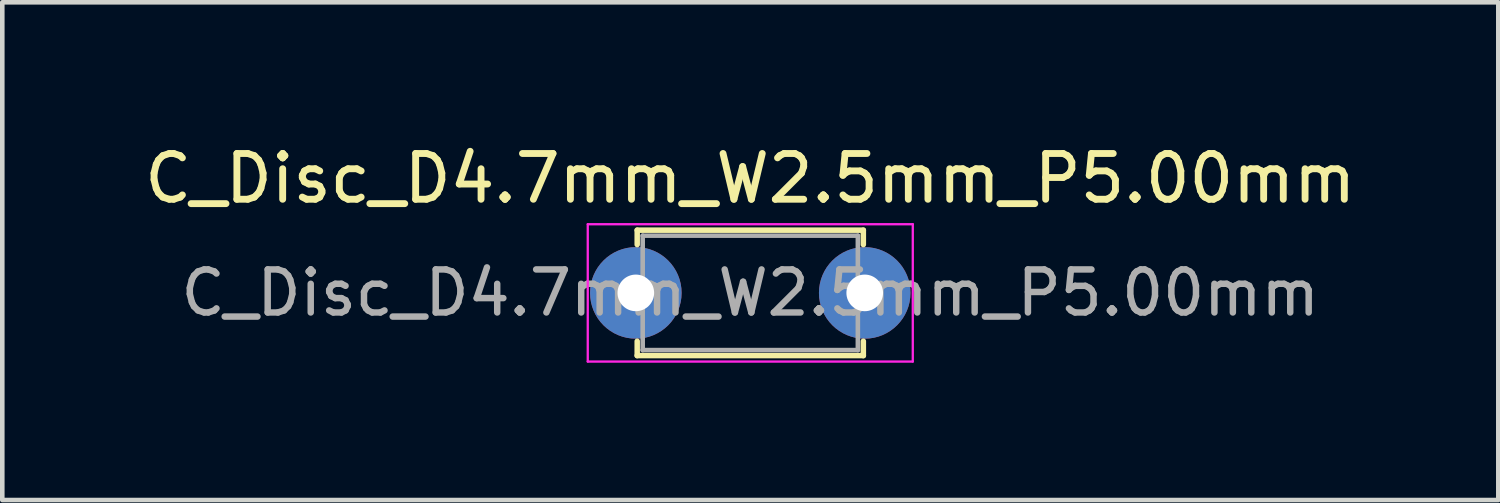
<source format=kicad_pcb>
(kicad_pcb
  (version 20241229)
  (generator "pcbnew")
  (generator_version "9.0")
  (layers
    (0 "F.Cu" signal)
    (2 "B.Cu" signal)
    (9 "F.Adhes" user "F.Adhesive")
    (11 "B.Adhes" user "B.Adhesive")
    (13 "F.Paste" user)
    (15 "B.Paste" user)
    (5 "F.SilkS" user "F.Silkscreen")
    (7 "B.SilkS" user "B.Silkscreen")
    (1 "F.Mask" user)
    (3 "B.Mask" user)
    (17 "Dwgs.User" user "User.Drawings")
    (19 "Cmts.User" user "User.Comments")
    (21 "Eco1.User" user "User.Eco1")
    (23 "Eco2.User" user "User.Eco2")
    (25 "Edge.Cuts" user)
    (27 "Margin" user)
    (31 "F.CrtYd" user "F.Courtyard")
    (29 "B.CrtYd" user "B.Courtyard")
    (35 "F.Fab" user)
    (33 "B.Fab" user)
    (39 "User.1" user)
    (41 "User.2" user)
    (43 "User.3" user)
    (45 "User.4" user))
  (footprint "C_Disc_D4.7mm_W2.5mm_P5.00mm"
    (layer "F.Cu")
    (at 10.839 3.348)
    (property "Reference" "C_Disc_D4.7mm_W2.5mm_P5.00mm" (at 2.5 -2.5 0) (layer "F.SilkS") (effects (font (size 1 1) (thickness 0.15))))
    (attr through_hole)
    (fp_line (start 0.03 -1.37) (end 0.03 -1.055) (stroke (width 0.12) (type solid)) (layer "F.SilkS"))
    (fp_line (start 0.03 -1.37) (end 4.97 -1.37) (stroke (width 0.12) (type solid)) (layer "F.SilkS"))
    (fp_line (start 0.03 1.055) (end 0.03 1.37) (stroke (width 0.12) (type solid)) (layer "F.SilkS"))
    (fp_line (start 0.03 1.37) (end 4.97 1.37) (stroke (width 0.12) (type solid)) (layer "F.SilkS"))
    (fp_line (start 4.97 -1.37) (end 4.97 -1.055) (stroke (width 0.12) (type solid)) (layer "F.SilkS"))
    (fp_line (start 4.97 1.055) (end 4.97 1.37) (stroke (width 0.12) (type solid)) (layer "F.SilkS"))
    (fp_line (start -1.05 -1.5) (end -1.05 1.5) (stroke (width 0.05) (type solid)) (layer "F.CrtYd"))
    (fp_line (start -1.05 1.5) (end 6.05 1.5) (stroke (width 0.05) (type solid)) (layer "F.CrtYd"))
    (fp_line (start 6.05 -1.5) (end -1.05 -1.5) (stroke (width 0.05) (type solid)) (layer "F.CrtYd"))
    (fp_line (start 6.05 1.5) (end 6.05 -1.5) (stroke (width 0.05) (type solid)) (layer "F.CrtYd"))
    (fp_line (start 0.15 -1.25) (end 0.15 1.25) (stroke (width 0.1) (type solid)) (layer "F.Fab"))
    (fp_line (start 0.15 1.25) (end 4.85 1.25) (stroke (width 0.1) (type solid)) (layer "F.Fab"))
    (fp_line (start 4.85 -1.25) (end 0.15 -1.25) (stroke (width 0.1) (type solid)) (layer "F.Fab"))
    (fp_line (start 4.85 1.25) (end 4.85 -1.25) (stroke (width 0.1) (type solid)) (layer "F.Fab"))
    (fp_text user "${REFERENCE}" (at 2.5 0 0) (layer "F.Fab") (effects (font (size 0.94 0.94) (thickness 0.141))))
    (pad "1" thru_hole circle (at 0 0) (size 2 2) (drill 0.8) (layers "*.Cu" "*.Mask"))
    (pad "2" thru_hole circle (at 5 0) (size 2 2) (drill 0.8) (layers "*.Cu" "*.Mask")))
  (gr_rect
    (start -3 -3)
    (end 29.679 7.873)
    (stroke (width 0.1) (type default))
    (fill no)
    (layer "Edge.Cuts")))
</source>
